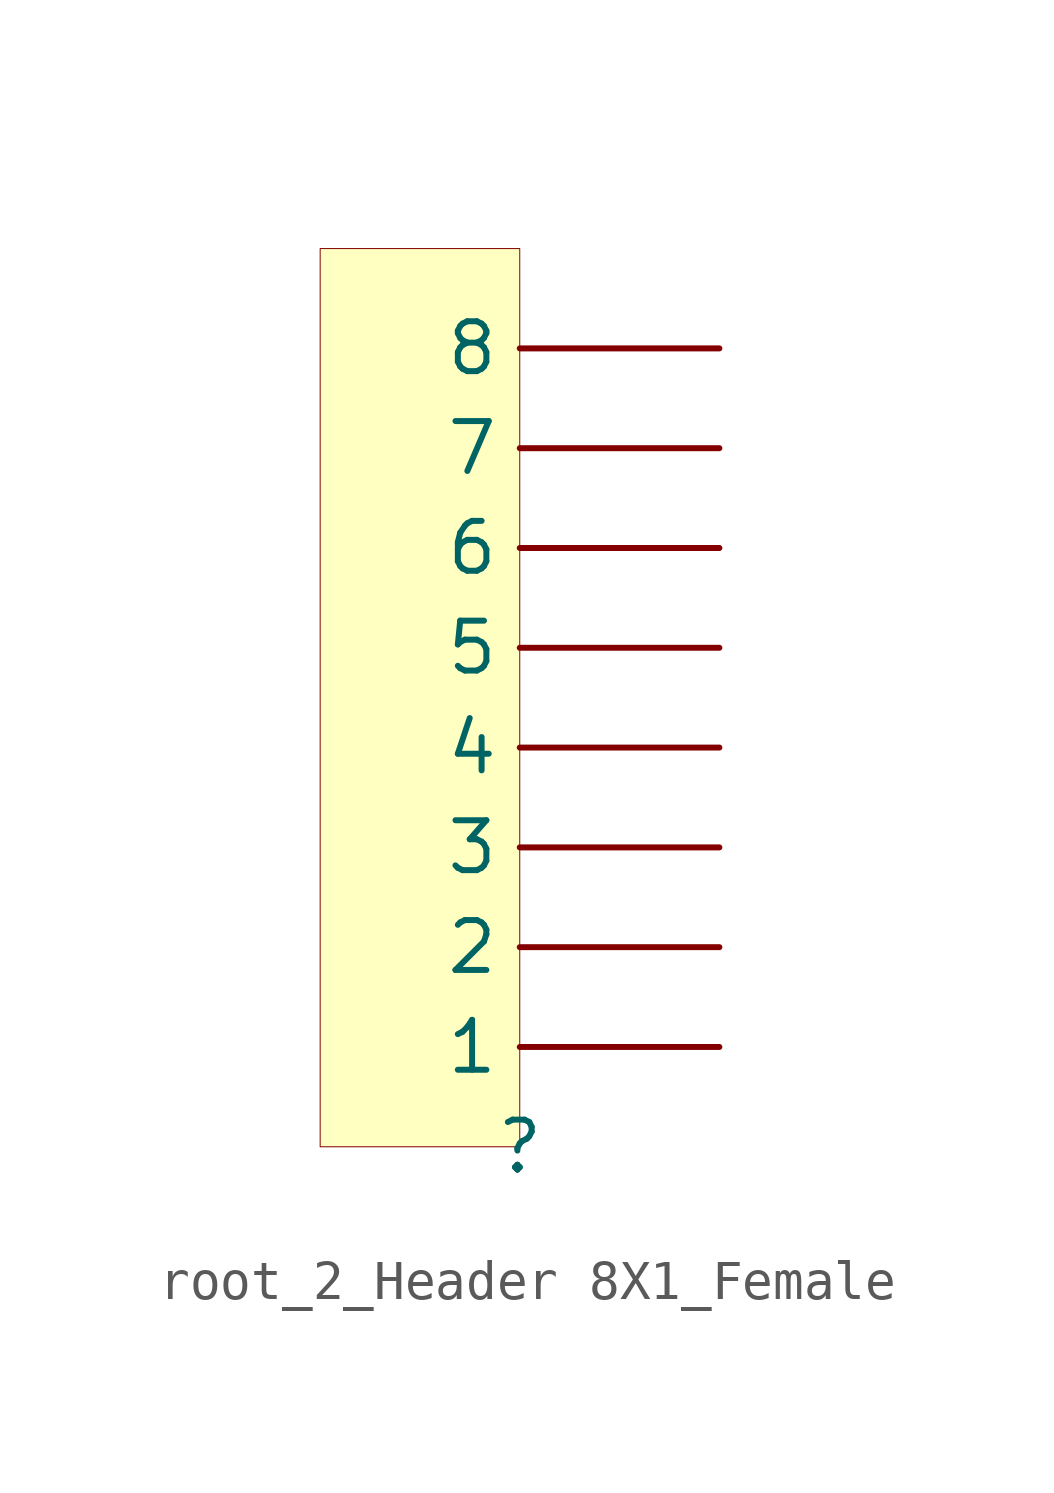
<source format=kicad_sym>
(kicad_symbol_lib
  (version 20231120)
  (generator "kicad_symbol_editor")
  (generator_version "8.0")
  (symbol "root_2_Header 8X1_Female"
    (property "Reference" ""
      (at 0 0 0)
      (effects (font (size 1.27 1.27))))
    (property "Value" ""
      (at 0 0 0)
      (effects (font (size 1.27 1.27))))
    (symbol "root_2_Header 8X1_Female_1_0"
      (rectangle (start 0 22.86) (end -5.08 0) (stroke (width 0.025) (type solid) (color 128 0 0 1)) (fill (type background)))
      (pin passive line (at 5.08 2.54 180) (length 5.08) (name "1" (effects (font (size 1.27 1.27)))) (number "1" (effects (font (size 0 0)))))
      (pin passive line (at 5.08 5.08 180) (length 5.08) (name "2" (effects (font (size 1.27 1.27)))) (number "2" (effects (font (size 0 0)))))
      (pin passive line (at 5.08 7.62 180) (length 5.08) (name "3" (effects (font (size 1.27 1.27)))) (number "3" (effects (font (size 0 0)))))
      (pin passive line (at 5.08 10.16 180) (length 5.08) (name "4" (effects (font (size 1.27 1.27)))) (number "4" (effects (font (size 0 0)))))
      (pin passive line (at 5.08 12.7 180) (length 5.08) (name "5" (effects (font (size 1.27 1.27)))) (number "5" (effects (font (size 0 0)))))
      (pin passive line (at 5.08 15.24 180) (length 5.08) (name "6" (effects (font (size 1.27 1.27)))) (number "6" (effects (font (size 0 0)))))
      (pin passive line (at 5.08 17.78 180) (length 5.08) (name "7" (effects (font (size 1.27 1.27)))) (number "7" (effects (font (size 0 0)))))
      (pin passive line (at 5.08 20.32 180) (length 5.08) (name "8" (effects (font (size 1.27 1.27)))) (number "8" (effects (font (size 0 0))))))))
</source>
